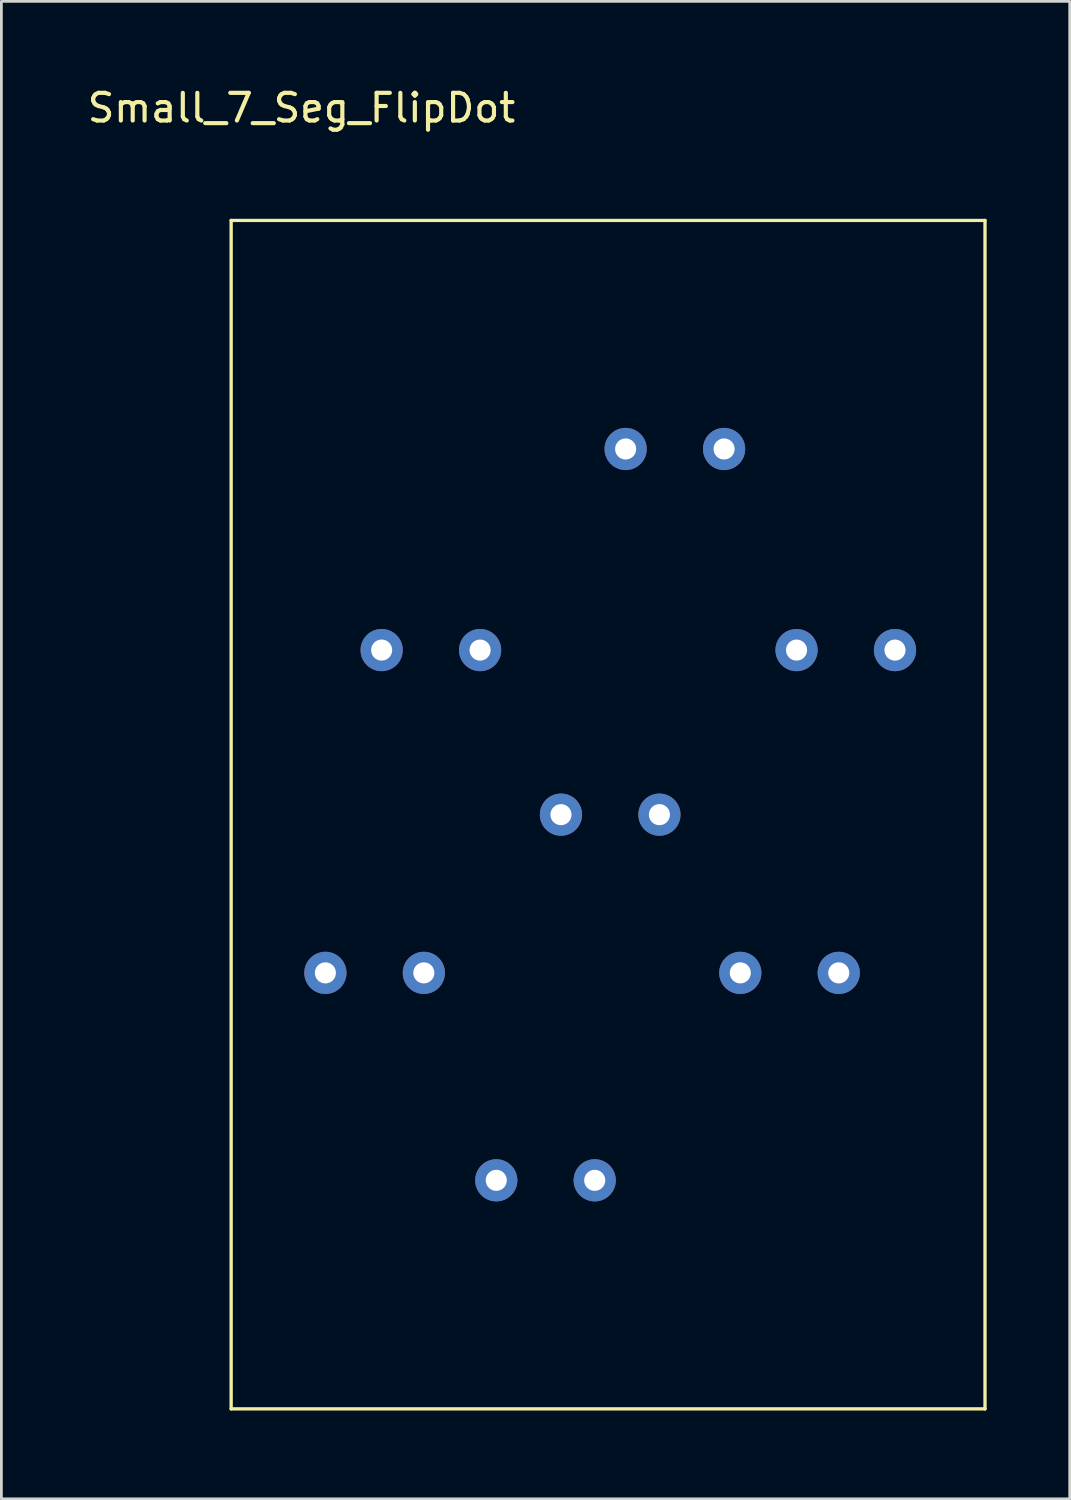
<source format=kicad_pcb>
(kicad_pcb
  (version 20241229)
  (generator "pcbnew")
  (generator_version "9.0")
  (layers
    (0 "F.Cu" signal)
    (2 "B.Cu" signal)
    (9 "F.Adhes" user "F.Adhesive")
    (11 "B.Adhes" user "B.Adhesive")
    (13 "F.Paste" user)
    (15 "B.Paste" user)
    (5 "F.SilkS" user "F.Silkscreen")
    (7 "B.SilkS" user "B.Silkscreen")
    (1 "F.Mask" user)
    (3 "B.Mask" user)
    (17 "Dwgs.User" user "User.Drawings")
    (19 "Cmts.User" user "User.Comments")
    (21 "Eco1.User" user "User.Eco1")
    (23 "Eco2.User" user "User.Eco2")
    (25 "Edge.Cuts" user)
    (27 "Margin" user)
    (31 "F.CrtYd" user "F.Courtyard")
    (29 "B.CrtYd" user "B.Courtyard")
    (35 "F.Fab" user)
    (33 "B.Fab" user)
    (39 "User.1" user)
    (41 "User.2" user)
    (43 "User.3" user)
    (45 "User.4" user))
  (footprint "Small_7_Seg_FlipDot"
    (layer "F.Cu")
    (at 5.299 47.838)
    (property "Reference" "Small_7_Seg_FlipDot" (at 2.54 -46.99 0) (layer "F.SilkS") (effects (font (size 1 1) (thickness 0.15))))
    (attr through_hole)
    (fp_line (start 0 -42.926) (end 0 0) (stroke (width 0.12) (type solid)) (layer "F.SilkS"))
    (fp_line (start 0 -42.926) (end 27.229 -42.926) (stroke (width 0.12) (type solid)) (layer "F.SilkS"))
    (fp_line (start 27.229 -42.926) (end 27.229 0) (stroke (width 0.12) (type solid)) (layer "F.SilkS"))
    (fp_line (start 27.229 0) (end 0 0) (stroke (width 0.12) (type solid)) (layer "F.SilkS"))
    (pad "A1" thru_hole circle (at 14.249 -34.671) (size 1.524 1.524) (drill 0.762) (layers "*.Cu" "*.Mask"))
    (pad "A2" thru_hole circle (at 17.805 -34.671) (size 1.524 1.524) (drill 0.762) (layers "*.Cu" "*.Mask"))
    (pad "B1" thru_hole circle (at 20.422 -27.407) (size 1.524 1.524) (drill 0.762) (layers "*.Cu" "*.Mask"))
    (pad "B2" thru_hole circle (at 23.978 -27.407) (size 1.524 1.524) (drill 0.762) (layers "*.Cu" "*.Mask"))
    (pad "C1" thru_hole circle (at 18.39 -15.748) (size 1.524 1.524) (drill 0.762) (layers "*.Cu" "*.Mask"))
    (pad "C2" thru_hole circle (at 21.946 -15.748) (size 1.524 1.524) (drill 0.762) (layers "*.Cu" "*.Mask"))
    (pad "D1" thru_hole circle (at 9.576 -8.255) (size 1.524 1.524) (drill 0.762) (layers "*.Cu" "*.Mask"))
    (pad "D2" thru_hole circle (at 13.132 -8.255) (size 1.524 1.524) (drill 0.762) (layers "*.Cu" "*.Mask"))
    (pad "E1" thru_hole circle (at 3.404 -15.748) (size 1.524 1.524) (drill 0.762) (layers "*.Cu" "*.Mask"))
    (pad "E2" thru_hole circle (at 6.96 -15.748) (size 1.524 1.524) (drill 0.762) (layers "*.Cu" "*.Mask"))
    (pad "F1" thru_hole circle (at 5.436 -27.407) (size 1.524 1.524) (drill 0.762) (layers "*.Cu" "*.Mask"))
    (pad "F2" thru_hole circle (at 8.992 -27.407) (size 1.524 1.524) (drill 0.762) (layers "*.Cu" "*.Mask"))
    (pad "G1" thru_hole circle (at 11.913 -21.463) (size 1.524 1.524) (drill 0.762) (layers "*.Cu" "*.Mask"))
    (pad "G2" thru_hole circle (at 15.469 -21.463) (size 1.524 1.524) (drill 0.762) (layers "*.Cu" "*.Mask")))
  (gr_rect
    (start -3 -3)
    (end 35.588 51.088)
    (stroke (width 0.1) (type default))
    (fill no)
    (layer "Edge.Cuts")))
</source>
